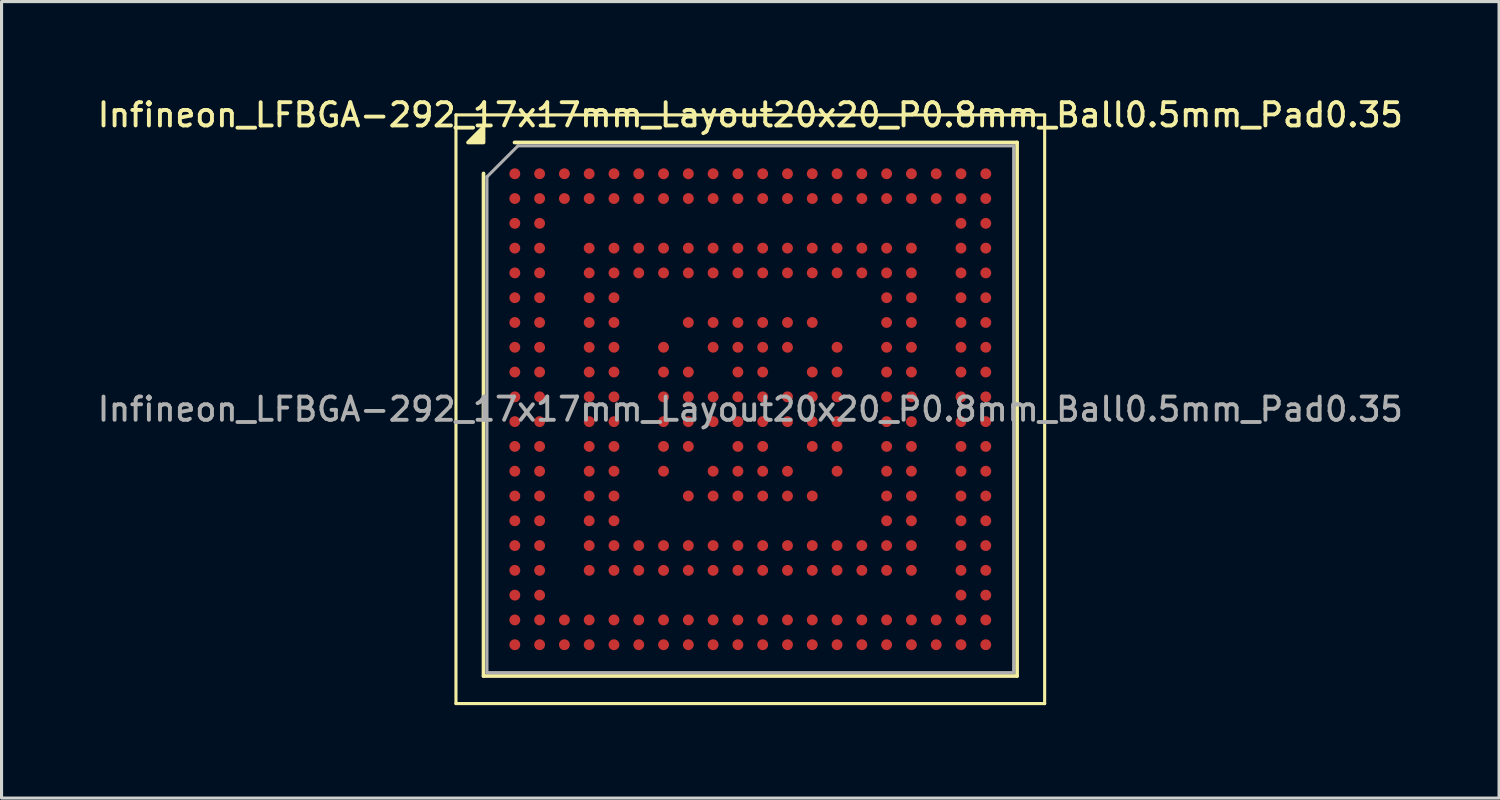
<source format=kicad_pcb>
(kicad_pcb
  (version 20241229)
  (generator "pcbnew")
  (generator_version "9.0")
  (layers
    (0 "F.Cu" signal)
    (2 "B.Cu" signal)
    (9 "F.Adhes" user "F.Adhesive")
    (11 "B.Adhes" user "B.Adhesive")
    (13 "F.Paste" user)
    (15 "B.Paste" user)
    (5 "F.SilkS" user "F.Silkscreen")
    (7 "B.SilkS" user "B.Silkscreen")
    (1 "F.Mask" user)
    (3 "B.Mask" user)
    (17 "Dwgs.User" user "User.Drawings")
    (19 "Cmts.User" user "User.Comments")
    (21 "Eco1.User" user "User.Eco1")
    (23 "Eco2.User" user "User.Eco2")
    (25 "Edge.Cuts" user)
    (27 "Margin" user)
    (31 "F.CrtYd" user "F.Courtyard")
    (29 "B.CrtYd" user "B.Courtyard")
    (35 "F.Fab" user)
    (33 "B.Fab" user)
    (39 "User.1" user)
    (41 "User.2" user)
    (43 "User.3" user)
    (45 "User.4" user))
  (footprint "Infineon_LFBGA-292_17x17mm_Layout20x20_P0.8mm_Ball0.5mm_Pad0.35"
    (layer "F.Cu")
    (at 21.166 10.158)
    (property "Reference" "Infineon_LFBGA-292_17x17mm_Layout20x20_P0.8mm_Ball0.5mm_Pad0.35" (at 0 -9.5 0) (layer "F.SilkS") (effects (font (size 0.75 0.75) (thickness 0.125))))
    (attr smd)
    (fp_line (start -9.5 -9.5) (end -9.5 9.5) (stroke (width 0.1) (type solid)) (layer "F.SilkS"))
    (fp_line (start -9.5 9.5) (end 9.5 9.5) (stroke (width 0.1) (type solid)) (layer "F.SilkS"))
    (fp_line (start -8.61 8.61) (end -8.61 -7.61) (stroke (width 0.12) (type solid)) (layer "F.SilkS"))
    (fp_line (start -7.61 -8.61) (end 8.61 -8.61) (stroke (width 0.12) (type solid)) (layer "F.SilkS"))
    (fp_line (start 8.61 -8.61) (end 8.61 8.61) (stroke (width 0.12) (type solid)) (layer "F.SilkS"))
    (fp_line (start 8.61 8.61) (end -8.61 8.61) (stroke (width 0.12) (type solid)) (layer "F.SilkS"))
    (fp_line (start 9.5 -9.5) (end -9.5 -9.5) (stroke (width 0.1) (type solid)) (layer "F.SilkS"))
    (fp_line (start 9.5 9.5) (end 9.5 -9.5) (stroke (width 0.1) (type solid)) (layer "F.SilkS"))
    (fp_poly (pts (xy -8.61 -8.61) (xy -9.11 -8.61) (xy -8.61 -9.11) (xy -8.61 -8.61)) (stroke (width 0.12) (type solid)) (fill yes) (layer "F.SilkS"))
    (fp_line (start -8.5 -7.5) (end -7.5 -8.5) (stroke (width 0.1) (type solid)) (layer "F.Fab"))
    (fp_line (start -8.5 8.5) (end -8.5 -7.5) (stroke (width 0.1) (type solid)) (layer "F.Fab"))
    (fp_line (start -7.5 -8.5) (end 8.5 -8.5) (stroke (width 0.1) (type solid)) (layer "F.Fab"))
    (fp_line (start 8.5 -8.5) (end 8.5 8.5) (stroke (width 0.1) (type solid)) (layer "F.Fab"))
    (fp_line (start 8.5 8.5) (end -8.5 8.5) (stroke (width 0.1) (type solid)) (layer "F.Fab"))
    (fp_text user "${REFERENCE}" (at 0 0 0) (layer "F.Fab") (effects (font (size 0.75 0.75) (thickness 0.125))))
    (pad "A1" smd circle (at -7.6 -7.6) (size 0.35 0.35) (property pad_prop_bga) (layers "F.Cu" "F.Mask" "F.Paste"))
    (pad "A2" smd circle (at -6.8 -7.6) (size 0.35 0.35) (property pad_prop_bga) (layers "F.Cu" "F.Mask" "F.Paste"))
    (pad "A3" smd circle (at -6 -7.6) (size 0.35 0.35) (property pad_prop_bga) (layers "F.Cu" "F.Mask" "F.Paste"))
    (pad "A4" smd circle (at -5.2 -7.6) (size 0.35 0.35) (property pad_prop_bga) (layers "F.Cu" "F.Mask" "F.Paste"))
    (pad "A5" smd circle (at -4.4 -7.6) (size 0.35 0.35) (property pad_prop_bga) (layers "F.Cu" "F.Mask" "F.Paste"))
    (pad "A6" smd circle (at -3.6 -7.6) (size 0.35 0.35) (property pad_prop_bga) (layers "F.Cu" "F.Mask" "F.Paste"))
    (pad "A7" smd circle (at -2.8 -7.6) (size 0.35 0.35) (property pad_prop_bga) (layers "F.Cu" "F.Mask" "F.Paste"))
    (pad "A8" smd circle (at -2 -7.6) (size 0.35 0.35) (property pad_prop_bga) (layers "F.Cu" "F.Mask" "F.Paste"))
    (pad "A9" smd circle (at -1.2 -7.6) (size 0.35 0.35) (property pad_prop_bga) (layers "F.Cu" "F.Mask" "F.Paste"))
    (pad "A10" smd circle (at -0.4 -7.6) (size 0.35 0.35) (property pad_prop_bga) (layers "F.Cu" "F.Mask" "F.Paste"))
    (pad "A11" smd circle (at 0.4 -7.6) (size 0.35 0.35) (property pad_prop_bga) (layers "F.Cu" "F.Mask" "F.Paste"))
    (pad "A12" smd circle (at 1.2 -7.6) (size 0.35 0.35) (property pad_prop_bga) (layers "F.Cu" "F.Mask" "F.Paste"))
    (pad "A13" smd circle (at 2 -7.6) (size 0.35 0.35) (property pad_prop_bga) (layers "F.Cu" "F.Mask" "F.Paste"))
    (pad "A14" smd circle (at 2.8 -7.6) (size 0.35 0.35) (property pad_prop_bga) (layers "F.Cu" "F.Mask" "F.Paste"))
    (pad "A15" smd circle (at 3.6 -7.6) (size 0.35 0.35) (property pad_prop_bga) (layers "F.Cu" "F.Mask" "F.Paste"))
    (pad "A16" smd circle (at 4.4 -7.6) (size 0.35 0.35) (property pad_prop_bga) (layers "F.Cu" "F.Mask" "F.Paste"))
    (pad "A17" smd circle (at 5.2 -7.6) (size 0.35 0.35) (property pad_prop_bga) (layers "F.Cu" "F.Mask" "F.Paste"))
    (pad "A18" smd circle (at 6 -7.6) (size 0.35 0.35) (property pad_prop_bga) (layers "F.Cu" "F.Mask" "F.Paste"))
    (pad "A19" smd circle (at 6.8 -7.6) (size 0.35 0.35) (property pad_prop_bga) (layers "F.Cu" "F.Mask" "F.Paste"))
    (pad "A20" smd circle (at 7.6 -7.6) (size 0.35 0.35) (property pad_prop_bga) (layers "F.Cu" "F.Mask" "F.Paste"))
    (pad "B1" smd circle (at -7.6 -6.8) (size 0.35 0.35) (property pad_prop_bga) (layers "F.Cu" "F.Mask" "F.Paste"))
    (pad "B2" smd circle (at -6.8 -6.8) (size 0.35 0.35) (property pad_prop_bga) (layers "F.Cu" "F.Mask" "F.Paste"))
    (pad "B3" smd circle (at -6 -6.8) (size 0.35 0.35) (property pad_prop_bga) (layers "F.Cu" "F.Mask" "F.Paste"))
    (pad "B4" smd circle (at -5.2 -6.8) (size 0.35 0.35) (property pad_prop_bga) (layers "F.Cu" "F.Mask" "F.Paste"))
    (pad "B5" smd circle (at -4.4 -6.8) (size 0.35 0.35) (property pad_prop_bga) (layers "F.Cu" "F.Mask" "F.Paste"))
    (pad "B6" smd circle (at -3.6 -6.8) (size 0.35 0.35) (property pad_prop_bga) (layers "F.Cu" "F.Mask" "F.Paste"))
    (pad "B7" smd circle (at -2.8 -6.8) (size 0.35 0.35) (property pad_prop_bga) (layers "F.Cu" "F.Mask" "F.Paste"))
    (pad "B8" smd circle (at -2 -6.8) (size 0.35 0.35) (property pad_prop_bga) (layers "F.Cu" "F.Mask" "F.Paste"))
    (pad "B9" smd circle (at -1.2 -6.8) (size 0.35 0.35) (property pad_prop_bga) (layers "F.Cu" "F.Mask" "F.Paste"))
    (pad "B10" smd circle (at -0.4 -6.8) (size 0.35 0.35) (property pad_prop_bga) (layers "F.Cu" "F.Mask" "F.Paste"))
    (pad "B11" smd circle (at 0.4 -6.8) (size 0.35 0.35) (property pad_prop_bga) (layers "F.Cu" "F.Mask" "F.Paste"))
    (pad "B12" smd circle (at 1.2 -6.8) (size 0.35 0.35) (property pad_prop_bga) (layers "F.Cu" "F.Mask" "F.Paste"))
    (pad "B13" smd circle (at 2 -6.8) (size 0.35 0.35) (property pad_prop_bga) (layers "F.Cu" "F.Mask" "F.Paste"))
    (pad "B14" smd circle (at 2.8 -6.8) (size 0.35 0.35) (property pad_prop_bga) (layers "F.Cu" "F.Mask" "F.Paste"))
    (pad "B15" smd circle (at 3.6 -6.8) (size 0.35 0.35) (property pad_prop_bga) (layers "F.Cu" "F.Mask" "F.Paste"))
    (pad "B16" smd circle (at 4.4 -6.8) (size 0.35 0.35) (property pad_prop_bga) (layers "F.Cu" "F.Mask" "F.Paste"))
    (pad "B17" smd circle (at 5.2 -6.8) (size 0.35 0.35) (property pad_prop_bga) (layers "F.Cu" "F.Mask" "F.Paste"))
    (pad "B18" smd circle (at 6 -6.8) (size 0.35 0.35) (property pad_prop_bga) (layers "F.Cu" "F.Mask" "F.Paste"))
    (pad "B19" smd circle (at 6.8 -6.8) (size 0.35 0.35) (property pad_prop_bga) (layers "F.Cu" "F.Mask" "F.Paste"))
    (pad "B20" smd circle (at 7.6 -6.8) (size 0.35 0.35) (property pad_prop_bga) (layers "F.Cu" "F.Mask" "F.Paste"))
    (pad "C1" smd circle (at -7.6 -6) (size 0.35 0.35) (property pad_prop_bga) (layers "F.Cu" "F.Mask" "F.Paste"))
    (pad "C2" smd circle (at -6.8 -6) (size 0.35 0.35) (property pad_prop_bga) (layers "F.Cu" "F.Mask" "F.Paste"))
    (pad "C19" smd circle (at 6.8 -6) (size 0.35 0.35) (property pad_prop_bga) (layers "F.Cu" "F.Mask" "F.Paste"))
    (pad "C20" smd circle (at 7.6 -6) (size 0.35 0.35) (property pad_prop_bga) (layers "F.Cu" "F.Mask" "F.Paste"))
    (pad "D1" smd circle (at -7.6 -5.2) (size 0.35 0.35) (property pad_prop_bga) (layers "F.Cu" "F.Mask" "F.Paste"))
    (pad "D2" smd circle (at -6.8 -5.2) (size 0.35 0.35) (property pad_prop_bga) (layers "F.Cu" "F.Mask" "F.Paste"))
    (pad "D4" smd circle (at -5.2 -5.2) (size 0.35 0.35) (property pad_prop_bga) (layers "F.Cu" "F.Mask" "F.Paste"))
    (pad "D5" smd circle (at -4.4 -5.2) (size 0.35 0.35) (property pad_prop_bga) (layers "F.Cu" "F.Mask" "F.Paste"))
    (pad "D6" smd circle (at -3.6 -5.2) (size 0.35 0.35) (property pad_prop_bga) (layers "F.Cu" "F.Mask" "F.Paste"))
    (pad "D7" smd circle (at -2.8 -5.2) (size 0.35 0.35) (property pad_prop_bga) (layers "F.Cu" "F.Mask" "F.Paste"))
    (pad "D8" smd circle (at -2 -5.2) (size 0.35 0.35) (property pad_prop_bga) (layers "F.Cu" "F.Mask" "F.Paste"))
    (pad "D9" smd circle (at -1.2 -5.2) (size 0.35 0.35) (property pad_prop_bga) (layers "F.Cu" "F.Mask" "F.Paste"))
    (pad "D10" smd circle (at -0.4 -5.2) (size 0.35 0.35) (property pad_prop_bga) (layers "F.Cu" "F.Mask" "F.Paste"))
    (pad "D11" smd circle (at 0.4 -5.2) (size 0.35 0.35) (property pad_prop_bga) (layers "F.Cu" "F.Mask" "F.Paste"))
    (pad "D12" smd circle (at 1.2 -5.2) (size 0.35 0.35) (property pad_prop_bga) (layers "F.Cu" "F.Mask" "F.Paste"))
    (pad "D13" smd circle (at 2 -5.2) (size 0.35 0.35) (property pad_prop_bga) (layers "F.Cu" "F.Mask" "F.Paste"))
    (pad "D14" smd circle (at 2.8 -5.2) (size 0.35 0.35) (property pad_prop_bga) (layers "F.Cu" "F.Mask" "F.Paste"))
    (pad "D15" smd circle (at 3.6 -5.2) (size 0.35 0.35) (property pad_prop_bga) (layers "F.Cu" "F.Mask" "F.Paste"))
    (pad "D16" smd circle (at 4.4 -5.2) (size 0.35 0.35) (property pad_prop_bga) (layers "F.Cu" "F.Mask" "F.Paste"))
    (pad "D17" smd circle (at 5.2 -5.2) (size 0.35 0.35) (property pad_prop_bga) (layers "F.Cu" "F.Mask" "F.Paste"))
    (pad "D19" smd circle (at 6.8 -5.2) (size 0.35 0.35) (property pad_prop_bga) (layers "F.Cu" "F.Mask" "F.Paste"))
    (pad "D20" smd circle (at 7.6 -5.2) (size 0.35 0.35) (property pad_prop_bga) (layers "F.Cu" "F.Mask" "F.Paste"))
    (pad "E1" smd circle (at -7.6 -4.4) (size 0.35 0.35) (property pad_prop_bga) (layers "F.Cu" "F.Mask" "F.Paste"))
    (pad "E2" smd circle (at -6.8 -4.4) (size 0.35 0.35) (property pad_prop_bga) (layers "F.Cu" "F.Mask" "F.Paste"))
    (pad "E4" smd circle (at -5.2 -4.4) (size 0.35 0.35) (property pad_prop_bga) (layers "F.Cu" "F.Mask" "F.Paste"))
    (pad "E5" smd circle (at -4.4 -4.4) (size 0.35 0.35) (property pad_prop_bga) (layers "F.Cu" "F.Mask" "F.Paste"))
    (pad "E6" smd circle (at -3.6 -4.4) (size 0.35 0.35) (property pad_prop_bga) (layers "F.Cu" "F.Mask" "F.Paste"))
    (pad "E7" smd circle (at -2.8 -4.4) (size 0.35 0.35) (property pad_prop_bga) (layers "F.Cu" "F.Mask" "F.Paste"))
    (pad "E8" smd circle (at -2 -4.4) (size 0.35 0.35) (property pad_prop_bga) (layers "F.Cu" "F.Mask" "F.Paste"))
    (pad "E9" smd circle (at -1.2 -4.4) (size 0.35 0.35) (property pad_prop_bga) (layers "F.Cu" "F.Mask" "F.Paste"))
    (pad "E10" smd circle (at -0.4 -4.4) (size 0.35 0.35) (property pad_prop_bga) (layers "F.Cu" "F.Mask" "F.Paste"))
    (pad "E11" smd circle (at 0.4 -4.4) (size 0.35 0.35) (property pad_prop_bga) (layers "F.Cu" "F.Mask" "F.Paste"))
    (pad "E12" smd circle (at 1.2 -4.4) (size 0.35 0.35) (property pad_prop_bga) (layers "F.Cu" "F.Mask" "F.Paste"))
    (pad "E13" smd circle (at 2 -4.4) (size 0.35 0.35) (property pad_prop_bga) (layers "F.Cu" "F.Mask" "F.Paste"))
    (pad "E14" smd circle (at 2.8 -4.4) (size 0.35 0.35) (property pad_prop_bga) (layers "F.Cu" "F.Mask" "F.Paste"))
    (pad "E15" smd circle (at 3.6 -4.4) (size 0.35 0.35) (property pad_prop_bga) (layers "F.Cu" "F.Mask" "F.Paste"))
    (pad "E16" smd circle (at 4.4 -4.4) (size 0.35 0.35) (property pad_prop_bga) (layers "F.Cu" "F.Mask" "F.Paste"))
    (pad "E17" smd circle (at 5.2 -4.4) (size 0.35 0.35) (property pad_prop_bga) (layers "F.Cu" "F.Mask" "F.Paste"))
    (pad "E19" smd circle (at 6.8 -4.4) (size 0.35 0.35) (property pad_prop_bga) (layers "F.Cu" "F.Mask" "F.Paste"))
    (pad "E20" smd circle (at 7.6 -4.4) (size 0.35 0.35) (property pad_prop_bga) (layers "F.Cu" "F.Mask" "F.Paste"))
    (pad "F1" smd circle (at -7.6 -3.6) (size 0.35 0.35) (property pad_prop_bga) (layers "F.Cu" "F.Mask" "F.Paste"))
    (pad "F2" smd circle (at -6.8 -3.6) (size 0.35 0.35) (property pad_prop_bga) (layers "F.Cu" "F.Mask" "F.Paste"))
    (pad "F4" smd circle (at -5.2 -3.6) (size 0.35 0.35) (property pad_prop_bga) (layers "F.Cu" "F.Mask" "F.Paste"))
    (pad "F5" smd circle (at -4.4 -3.6) (size 0.35 0.35) (property pad_prop_bga) (layers "F.Cu" "F.Mask" "F.Paste"))
    (pad "F16" smd circle (at 4.4 -3.6) (size 0.35 0.35) (property pad_prop_bga) (layers "F.Cu" "F.Mask" "F.Paste"))
    (pad "F17" smd circle (at 5.2 -3.6) (size 0.35 0.35) (property pad_prop_bga) (layers "F.Cu" "F.Mask" "F.Paste"))
    (pad "F19" smd circle (at 6.8 -3.6) (size 0.35 0.35) (property pad_prop_bga) (layers "F.Cu" "F.Mask" "F.Paste"))
    (pad "F20" smd circle (at 7.6 -3.6) (size 0.35 0.35) (property pad_prop_bga) (layers "F.Cu" "F.Mask" "F.Paste"))
    (pad "G1" smd circle (at -7.6 -2.8) (size 0.35 0.35) (property pad_prop_bga) (layers "F.Cu" "F.Mask" "F.Paste"))
    (pad "G2" smd circle (at -6.8 -2.8) (size 0.35 0.35) (property pad_prop_bga) (layers "F.Cu" "F.Mask" "F.Paste"))
    (pad "G4" smd circle (at -5.2 -2.8) (size 0.35 0.35) (property pad_prop_bga) (layers "F.Cu" "F.Mask" "F.Paste"))
    (pad "G5" smd circle (at -4.4 -2.8) (size 0.35 0.35) (property pad_prop_bga) (layers "F.Cu" "F.Mask" "F.Paste"))
    (pad "G8" smd circle (at -2 -2.8) (size 0.35 0.35) (property pad_prop_bga) (layers "F.Cu" "F.Mask" "F.Paste"))
    (pad "G9" smd circle (at -1.2 -2.8) (size 0.35 0.35) (property pad_prop_bga) (layers "F.Cu" "F.Mask" "F.Paste"))
    (pad "G10" smd circle (at -0.4 -2.8) (size 0.35 0.35) (property pad_prop_bga) (layers "F.Cu" "F.Mask" "F.Paste"))
    (pad "G11" smd circle (at 0.4 -2.8) (size 0.35 0.35) (property pad_prop_bga) (layers "F.Cu" "F.Mask" "F.Paste"))
    (pad "G12" smd circle (at 1.2 -2.8) (size 0.35 0.35) (property pad_prop_bga) (layers "F.Cu" "F.Mask" "F.Paste"))
    (pad "G13" smd circle (at 2 -2.8) (size 0.35 0.35) (property pad_prop_bga) (layers "F.Cu" "F.Mask" "F.Paste"))
    (pad "G16" smd circle (at 4.4 -2.8) (size 0.35 0.35) (property pad_prop_bga) (layers "F.Cu" "F.Mask" "F.Paste"))
    (pad "G17" smd circle (at 5.2 -2.8) (size 0.35 0.35) (property pad_prop_bga) (layers "F.Cu" "F.Mask" "F.Paste"))
    (pad "G19" smd circle (at 6.8 -2.8) (size 0.35 0.35) (property pad_prop_bga) (layers "F.Cu" "F.Mask" "F.Paste"))
    (pad "G20" smd circle (at 7.6 -2.8) (size 0.35 0.35) (property pad_prop_bga) (layers "F.Cu" "F.Mask" "F.Paste"))
    (pad "H1" smd circle (at -7.6 -2) (size 0.35 0.35) (property pad_prop_bga) (layers "F.Cu" "F.Mask" "F.Paste"))
    (pad "H2" smd circle (at -6.8 -2) (size 0.35 0.35) (property pad_prop_bga) (layers "F.Cu" "F.Mask" "F.Paste"))
    (pad "H4" smd circle (at -5.2 -2) (size 0.35 0.35) (property pad_prop_bga) (layers "F.Cu" "F.Mask" "F.Paste"))
    (pad "H5" smd circle (at -4.4 -2) (size 0.35 0.35) (property pad_prop_bga) (layers "F.Cu" "F.Mask" "F.Paste"))
    (pad "H7" smd circle (at -2.8 -2) (size 0.35 0.35) (property pad_prop_bga) (layers "F.Cu" "F.Mask" "F.Paste"))
    (pad "H9" smd circle (at -1.2 -2) (size 0.35 0.35) (property pad_prop_bga) (layers "F.Cu" "F.Mask" "F.Paste"))
    (pad "H10" smd circle (at -0.4 -2) (size 0.35 0.35) (property pad_prop_bga) (layers "F.Cu" "F.Mask" "F.Paste"))
    (pad "H11" smd circle (at 0.4 -2) (size 0.35 0.35) (property pad_prop_bga) (layers "F.Cu" "F.Mask" "F.Paste"))
    (pad "H12" smd circle (at 1.2 -2) (size 0.35 0.35) (property pad_prop_bga) (layers "F.Cu" "F.Mask" "F.Paste"))
    (pad "H14" smd circle (at 2.8 -2) (size 0.35 0.35) (property pad_prop_bga) (layers "F.Cu" "F.Mask" "F.Paste"))
    (pad "H16" smd circle (at 4.4 -2) (size 0.35 0.35) (property pad_prop_bga) (layers "F.Cu" "F.Mask" "F.Paste"))
    (pad "H17" smd circle (at 5.2 -2) (size 0.35 0.35) (property pad_prop_bga) (layers "F.Cu" "F.Mask" "F.Paste"))
    (pad "H19" smd circle (at 6.8 -2) (size 0.35 0.35) (property pad_prop_bga) (layers "F.Cu" "F.Mask" "F.Paste"))
    (pad "H20" smd circle (at 7.6 -2) (size 0.35 0.35) (property pad_prop_bga) (layers "F.Cu" "F.Mask" "F.Paste"))
    (pad "J1" smd circle (at -7.6 -1.2) (size 0.35 0.35) (property pad_prop_bga) (layers "F.Cu" "F.Mask" "F.Paste"))
    (pad "J2" smd circle (at -6.8 -1.2) (size 0.35 0.35) (property pad_prop_bga) (layers "F.Cu" "F.Mask" "F.Paste"))
    (pad "J4" smd circle (at -5.2 -1.2) (size 0.35 0.35) (property pad_prop_bga) (layers "F.Cu" "F.Mask" "F.Paste"))
    (pad "J5" smd circle (at -4.4 -1.2) (size 0.35 0.35) (property pad_prop_bga) (layers "F.Cu" "F.Mask" "F.Paste"))
    (pad "J7" smd circle (at -2.8 -1.2) (size 0.35 0.35) (property pad_prop_bga) (layers "F.Cu" "F.Mask" "F.Paste"))
    (pad "J8" smd circle (at -2 -1.2) (size 0.35 0.35) (property pad_prop_bga) (layers "F.Cu" "F.Mask" "F.Paste"))
    (pad "J10" smd circle (at -0.4 -1.2) (size 0.35 0.35) (property pad_prop_bga) (layers "F.Cu" "F.Mask" "F.Paste"))
    (pad "J11" smd circle (at 0.4 -1.2) (size 0.35 0.35) (property pad_prop_bga) (layers "F.Cu" "F.Mask" "F.Paste"))
    (pad "J13" smd circle (at 2 -1.2) (size 0.35 0.35) (property pad_prop_bga) (layers "F.Cu" "F.Mask" "F.Paste"))
    (pad "J14" smd circle (at 2.8 -1.2) (size 0.35 0.35) (property pad_prop_bga) (layers "F.Cu" "F.Mask" "F.Paste"))
    (pad "J16" smd circle (at 4.4 -1.2) (size 0.35 0.35) (property pad_prop_bga) (layers "F.Cu" "F.Mask" "F.Paste"))
    (pad "J17" smd circle (at 5.2 -1.2) (size 0.35 0.35) (property pad_prop_bga) (layers "F.Cu" "F.Mask" "F.Paste"))
    (pad "J19" smd circle (at 6.8 -1.2) (size 0.35 0.35) (property pad_prop_bga) (layers "F.Cu" "F.Mask" "F.Paste"))
    (pad "J20" smd circle (at 7.6 -1.2) (size 0.35 0.35) (property pad_prop_bga) (layers "F.Cu" "F.Mask" "F.Paste"))
    (pad "K1" smd circle (at -7.6 -0.4) (size 0.35 0.35) (property pad_prop_bga) (layers "F.Cu" "F.Mask" "F.Paste"))
    (pad "K2" smd circle (at -6.8 -0.4) (size 0.35 0.35) (property pad_prop_bga) (layers "F.Cu" "F.Mask" "F.Paste"))
    (pad "K4" smd circle (at -5.2 -0.4) (size 0.35 0.35) (property pad_prop_bga) (layers "F.Cu" "F.Mask" "F.Paste"))
    (pad "K5" smd circle (at -4.4 -0.4) (size 0.35 0.35) (property pad_prop_bga) (layers "F.Cu" "F.Mask" "F.Paste"))
    (pad "K7" smd circle (at -2.8 -0.4) (size 0.35 0.35) (property pad_prop_bga) (layers "F.Cu" "F.Mask" "F.Paste"))
    (pad "K8" smd circle (at -2 -0.4) (size 0.35 0.35) (property pad_prop_bga) (layers "F.Cu" "F.Mask" "F.Paste"))
    (pad "K9" smd circle (at -1.2 -0.4) (size 0.35 0.35) (property pad_prop_bga) (layers "F.Cu" "F.Mask" "F.Paste"))
    (pad "K10" smd circle (at -0.4 -0.4) (size 0.35 0.35) (property pad_prop_bga) (layers "F.Cu" "F.Mask" "F.Paste"))
    (pad "K11" smd circle (at 0.4 -0.4) (size 0.35 0.35) (property pad_prop_bga) (layers "F.Cu" "F.Mask" "F.Paste"))
    (pad "K12" smd circle (at 1.2 -0.4) (size 0.35 0.35) (property pad_prop_bga) (layers "F.Cu" "F.Mask" "F.Paste"))
    (pad "K13" smd circle (at 2 -0.4) (size 0.35 0.35) (property pad_prop_bga) (layers "F.Cu" "F.Mask" "F.Paste"))
    (pad "K14" smd circle (at 2.8 -0.4) (size 0.35 0.35) (property pad_prop_bga) (layers "F.Cu" "F.Mask" "F.Paste"))
    (pad "K16" smd circle (at 4.4 -0.4) (size 0.35 0.35) (property pad_prop_bga) (layers "F.Cu" "F.Mask" "F.Paste"))
    (pad "K17" smd circle (at 5.2 -0.4) (size 0.35 0.35) (property pad_prop_bga) (layers "F.Cu" "F.Mask" "F.Paste"))
    (pad "K19" smd circle (at 6.8 -0.4) (size 0.35 0.35) (property pad_prop_bga) (layers "F.Cu" "F.Mask" "F.Paste"))
    (pad "K20" smd circle (at 7.6 -0.4) (size 0.35 0.35) (property pad_prop_bga) (layers "F.Cu" "F.Mask" "F.Paste"))
    (pad "L1" smd circle (at -7.6 0.4) (size 0.35 0.35) (property pad_prop_bga) (layers "F.Cu" "F.Mask" "F.Paste"))
    (pad "L2" smd circle (at -6.8 0.4) (size 0.35 0.35) (property pad_prop_bga) (layers "F.Cu" "F.Mask" "F.Paste"))
    (pad "L4" smd circle (at -5.2 0.4) (size 0.35 0.35) (property pad_prop_bga) (layers "F.Cu" "F.Mask" "F.Paste"))
    (pad "L5" smd circle (at -4.4 0.4) (size 0.35 0.35) (property pad_prop_bga) (layers "F.Cu" "F.Mask" "F.Paste"))
    (pad "L7" smd circle (at -2.8 0.4) (size 0.35 0.35) (property pad_prop_bga) (layers "F.Cu" "F.Mask" "F.Paste"))
    (pad "L8" smd circle (at -2 0.4) (size 0.35 0.35) (property pad_prop_bga) (layers "F.Cu" "F.Mask" "F.Paste"))
    (pad "L9" smd circle (at -1.2 0.4) (size 0.35 0.35) (property pad_prop_bga) (layers "F.Cu" "F.Mask" "F.Paste"))
    (pad "L10" smd circle (at -0.4 0.4) (size 0.35 0.35) (property pad_prop_bga) (layers "F.Cu" "F.Mask" "F.Paste"))
    (pad "L11" smd circle (at 0.4 0.4) (size 0.35 0.35) (property pad_prop_bga) (layers "F.Cu" "F.Mask" "F.Paste"))
    (pad "L12" smd circle (at 1.2 0.4) (size 0.35 0.35) (property pad_prop_bga) (layers "F.Cu" "F.Mask" "F.Paste"))
    (pad "L13" smd circle (at 2 0.4) (size 0.35 0.35) (property pad_prop_bga) (layers "F.Cu" "F.Mask" "F.Paste"))
    (pad "L14" smd circle (at 2.8 0.4) (size 0.35 0.35) (property pad_prop_bga) (layers "F.Cu" "F.Mask" "F.Paste"))
    (pad "L16" smd circle (at 4.4 0.4) (size 0.35 0.35) (property pad_prop_bga) (layers "F.Cu" "F.Mask" "F.Paste"))
    (pad "L17" smd circle (at 5.2 0.4) (size 0.35 0.35) (property pad_prop_bga) (layers "F.Cu" "F.Mask" "F.Paste"))
    (pad "L19" smd circle (at 6.8 0.4) (size 0.35 0.35) (property pad_prop_bga) (layers "F.Cu" "F.Mask" "F.Paste"))
    (pad "L20" smd circle (at 7.6 0.4) (size 0.35 0.35) (property pad_prop_bga) (layers "F.Cu" "F.Mask" "F.Paste"))
    (pad "M1" smd circle (at -7.6 1.2) (size 0.35 0.35) (property pad_prop_bga) (layers "F.Cu" "F.Mask" "F.Paste"))
    (pad "M2" smd circle (at -6.8 1.2) (size 0.35 0.35) (property pad_prop_bga) (layers "F.Cu" "F.Mask" "F.Paste"))
    (pad "M4" smd circle (at -5.2 1.2) (size 0.35 0.35) (property pad_prop_bga) (layers "F.Cu" "F.Mask" "F.Paste"))
    (pad "M5" smd circle (at -4.4 1.2) (size 0.35 0.35) (property pad_prop_bga) (layers "F.Cu" "F.Mask" "F.Paste"))
    (pad "M7" smd circle (at -2.8 1.2) (size 0.35 0.35) (property pad_prop_bga) (layers "F.Cu" "F.Mask" "F.Paste"))
    (pad "M8" smd circle (at -2 1.2) (size 0.35 0.35) (property pad_prop_bga) (layers "F.Cu" "F.Mask" "F.Paste"))
    (pad "M10" smd circle (at -0.4 1.2) (size 0.35 0.35) (property pad_prop_bga) (layers "F.Cu" "F.Mask" "F.Paste"))
    (pad "M11" smd circle (at 0.4 1.2) (size 0.35 0.35) (property pad_prop_bga) (layers "F.Cu" "F.Mask" "F.Paste"))
    (pad "M13" smd circle (at 2 1.2) (size 0.35 0.35) (property pad_prop_bga) (layers "F.Cu" "F.Mask" "F.Paste"))
    (pad "M14" smd circle (at 2.8 1.2) (size 0.35 0.35) (property pad_prop_bga) (layers "F.Cu" "F.Mask" "F.Paste"))
    (pad "M16" smd circle (at 4.4 1.2) (size 0.35 0.35) (property pad_prop_bga) (layers "F.Cu" "F.Mask" "F.Paste"))
    (pad "M17" smd circle (at 5.2 1.2) (size 0.35 0.35) (property pad_prop_bga) (layers "F.Cu" "F.Mask" "F.Paste"))
    (pad "M19" smd circle (at 6.8 1.2) (size 0.35 0.35) (property pad_prop_bga) (layers "F.Cu" "F.Mask" "F.Paste"))
    (pad "M20" smd circle (at 7.6 1.2) (size 0.35 0.35) (property pad_prop_bga) (layers "F.Cu" "F.Mask" "F.Paste"))
    (pad "N1" smd circle (at -7.6 2) (size 0.35 0.35) (property pad_prop_bga) (layers "F.Cu" "F.Mask" "F.Paste"))
    (pad "N2" smd circle (at -6.8 2) (size 0.35 0.35) (property pad_prop_bga) (layers "F.Cu" "F.Mask" "F.Paste"))
    (pad "N4" smd circle (at -5.2 2) (size 0.35 0.35) (property pad_prop_bga) (layers "F.Cu" "F.Mask" "F.Paste"))
    (pad "N5" smd circle (at -4.4 2) (size 0.35 0.35) (property pad_prop_bga) (layers "F.Cu" "F.Mask" "F.Paste"))
    (pad "N7" smd circle (at -2.8 2) (size 0.35 0.35) (property pad_prop_bga) (layers "F.Cu" "F.Mask" "F.Paste"))
    (pad "N9" smd circle (at -1.2 2) (size 0.35 0.35) (property pad_prop_bga) (layers "F.Cu" "F.Mask" "F.Paste"))
    (pad "N10" smd circle (at -0.4 2) (size 0.35 0.35) (property pad_prop_bga) (layers "F.Cu" "F.Mask" "F.Paste"))
    (pad "N11" smd circle (at 0.4 2) (size 0.35 0.35) (property pad_prop_bga) (layers "F.Cu" "F.Mask" "F.Paste"))
    (pad "N12" smd circle (at 1.2 2) (size 0.35 0.35) (property pad_prop_bga) (layers "F.Cu" "F.Mask" "F.Paste"))
    (pad "N14" smd circle (at 2.8 2) (size 0.35 0.35) (property pad_prop_bga) (layers "F.Cu" "F.Mask" "F.Paste"))
    (pad "N16" smd circle (at 4.4 2) (size 0.35 0.35) (property pad_prop_bga) (layers "F.Cu" "F.Mask" "F.Paste"))
    (pad "N17" smd circle (at 5.2 2) (size 0.35 0.35) (property pad_prop_bga) (layers "F.Cu" "F.Mask" "F.Paste"))
    (pad "N19" smd circle (at 6.8 2) (size 0.35 0.35) (property pad_prop_bga) (layers "F.Cu" "F.Mask" "F.Paste"))
    (pad "N20" smd circle (at 7.6 2) (size 0.35 0.35) (property pad_prop_bga) (layers "F.Cu" "F.Mask" "F.Paste"))
    (pad "P1" smd circle (at -7.6 2.8) (size 0.35 0.35) (property pad_prop_bga) (layers "F.Cu" "F.Mask" "F.Paste"))
    (pad "P2" smd circle (at -6.8 2.8) (size 0.35 0.35) (property pad_prop_bga) (layers "F.Cu" "F.Mask" "F.Paste"))
    (pad "P4" smd circle (at -5.2 2.8) (size 0.35 0.35) (property pad_prop_bga) (layers "F.Cu" "F.Mask" "F.Paste"))
    (pad "P5" smd circle (at -4.4 2.8) (size 0.35 0.35) (property pad_prop_bga) (layers "F.Cu" "F.Mask" "F.Paste"))
    (pad "P8" smd circle (at -2 2.8) (size 0.35 0.35) (property pad_prop_bga) (layers "F.Cu" "F.Mask" "F.Paste"))
    (pad "P9" smd circle (at -1.2 2.8) (size 0.35 0.35) (property pad_prop_bga) (layers "F.Cu" "F.Mask" "F.Paste"))
    (pad "P10" smd circle (at -0.4 2.8) (size 0.35 0.35) (property pad_prop_bga) (layers "F.Cu" "F.Mask" "F.Paste"))
    (pad "P11" smd circle (at 0.4 2.8) (size 0.35 0.35) (property pad_prop_bga) (layers "F.Cu" "F.Mask" "F.Paste"))
    (pad "P12" smd circle (at 1.2 2.8) (size 0.35 0.35) (property pad_prop_bga) (layers "F.Cu" "F.Mask" "F.Paste"))
    (pad "P13" smd circle (at 2 2.8) (size 0.35 0.35) (property pad_prop_bga) (layers "F.Cu" "F.Mask" "F.Paste"))
    (pad "P16" smd circle (at 4.4 2.8) (size 0.35 0.35) (property pad_prop_bga) (layers "F.Cu" "F.Mask" "F.Paste"))
    (pad "P17" smd circle (at 5.2 2.8) (size 0.35 0.35) (property pad_prop_bga) (layers "F.Cu" "F.Mask" "F.Paste"))
    (pad "P19" smd circle (at 6.8 2.8) (size 0.35 0.35) (property pad_prop_bga) (layers "F.Cu" "F.Mask" "F.Paste"))
    (pad "P20" smd circle (at 7.6 2.8) (size 0.35 0.35) (property pad_prop_bga) (layers "F.Cu" "F.Mask" "F.Paste"))
    (pad "R1" smd circle (at -7.6 3.6) (size 0.35 0.35) (property pad_prop_bga) (layers "F.Cu" "F.Mask" "F.Paste"))
    (pad "R2" smd circle (at -6.8 3.6) (size 0.35 0.35) (property pad_prop_bga) (layers "F.Cu" "F.Mask" "F.Paste"))
    (pad "R4" smd circle (at -5.2 3.6) (size 0.35 0.35) (property pad_prop_bga) (layers "F.Cu" "F.Mask" "F.Paste"))
    (pad "R5" smd circle (at -4.4 3.6) (size 0.35 0.35) (property pad_prop_bga) (layers "F.Cu" "F.Mask" "F.Paste"))
    (pad "R16" smd circle (at 4.4 3.6) (size 0.35 0.35) (property pad_prop_bga) (layers "F.Cu" "F.Mask" "F.Paste"))
    (pad "R17" smd circle (at 5.2 3.6) (size 0.35 0.35) (property pad_prop_bga) (layers "F.Cu" "F.Mask" "F.Paste"))
    (pad "R19" smd circle (at 6.8 3.6) (size 0.35 0.35) (property pad_prop_bga) (layers "F.Cu" "F.Mask" "F.Paste"))
    (pad "R20" smd circle (at 7.6 3.6) (size 0.35 0.35) (property pad_prop_bga) (layers "F.Cu" "F.Mask" "F.Paste"))
    (pad "T1" smd circle (at -7.6 4.4) (size 0.35 0.35) (property pad_prop_bga) (layers "F.Cu" "F.Mask" "F.Paste"))
    (pad "T2" smd circle (at -6.8 4.4) (size 0.35 0.35) (property pad_prop_bga) (layers "F.Cu" "F.Mask" "F.Paste"))
    (pad "T4" smd circle (at -5.2 4.4) (size 0.35 0.35) (property pad_prop_bga) (layers "F.Cu" "F.Mask" "F.Paste"))
    (pad "T5" smd circle (at -4.4 4.4) (size 0.35 0.35) (property pad_prop_bga) (layers "F.Cu" "F.Mask" "F.Paste"))
    (pad "T6" smd circle (at -3.6 4.4) (size 0.35 0.35) (property pad_prop_bga) (layers "F.Cu" "F.Mask" "F.Paste"))
    (pad "T7" smd circle (at -2.8 4.4) (size 0.35 0.35) (property pad_prop_bga) (layers "F.Cu" "F.Mask" "F.Paste"))
    (pad "T8" smd circle (at -2 4.4) (size 0.35 0.35) (property pad_prop_bga) (layers "F.Cu" "F.Mask" "F.Paste"))
    (pad "T9" smd circle (at -1.2 4.4) (size 0.35 0.35) (property pad_prop_bga) (layers "F.Cu" "F.Mask" "F.Paste"))
    (pad "T10" smd circle (at -0.4 4.4) (size 0.35 0.35) (property pad_prop_bga) (layers "F.Cu" "F.Mask" "F.Paste"))
    (pad "T11" smd circle (at 0.4 4.4) (size 0.35 0.35) (property pad_prop_bga) (layers "F.Cu" "F.Mask" "F.Paste"))
    (pad "T12" smd circle (at 1.2 4.4) (size 0.35 0.35) (property pad_prop_bga) (layers "F.Cu" "F.Mask" "F.Paste"))
    (pad "T13" smd circle (at 2 4.4) (size 0.35 0.35) (property pad_prop_bga) (layers "F.Cu" "F.Mask" "F.Paste"))
    (pad "T14" smd circle (at 2.8 4.4) (size 0.35 0.35) (property pad_prop_bga) (layers "F.Cu" "F.Mask" "F.Paste"))
    (pad "T15" smd circle (at 3.6 4.4) (size 0.35 0.35) (property pad_prop_bga) (layers "F.Cu" "F.Mask" "F.Paste"))
    (pad "T16" smd circle (at 4.4 4.4) (size 0.35 0.35) (property pad_prop_bga) (layers "F.Cu" "F.Mask" "F.Paste"))
    (pad "T17" smd circle (at 5.2 4.4) (size 0.35 0.35) (property pad_prop_bga) (layers "F.Cu" "F.Mask" "F.Paste"))
    (pad "T19" smd circle (at 6.8 4.4) (size 0.35 0.35) (property pad_prop_bga) (layers "F.Cu" "F.Mask" "F.Paste"))
    (pad "T20" smd circle (at 7.6 4.4) (size 0.35 0.35) (property pad_prop_bga) (layers "F.Cu" "F.Mask" "F.Paste"))
    (pad "U1" smd circle (at -7.6 5.2) (size 0.35 0.35) (property pad_prop_bga) (layers "F.Cu" "F.Mask" "F.Paste"))
    (pad "U2" smd circle (at -6.8 5.2) (size 0.35 0.35) (property pad_prop_bga) (layers "F.Cu" "F.Mask" "F.Paste"))
    (pad "U4" smd circle (at -5.2 5.2) (size 0.35 0.35) (property pad_prop_bga) (layers "F.Cu" "F.Mask" "F.Paste"))
    (pad "U5" smd circle (at -4.4 5.2) (size 0.35 0.35) (property pad_prop_bga) (layers "F.Cu" "F.Mask" "F.Paste"))
    (pad "U6" smd circle (at -3.6 5.2) (size 0.35 0.35) (property pad_prop_bga) (layers "F.Cu" "F.Mask" "F.Paste"))
    (pad "U7" smd circle (at -2.8 5.2) (size 0.35 0.35) (property pad_prop_bga) (layers "F.Cu" "F.Mask" "F.Paste"))
    (pad "U8" smd circle (at -2 5.2) (size 0.35 0.35) (property pad_prop_bga) (layers "F.Cu" "F.Mask" "F.Paste"))
    (pad "U9" smd circle (at -1.2 5.2) (size 0.35 0.35) (property pad_prop_bga) (layers "F.Cu" "F.Mask" "F.Paste"))
    (pad "U10" smd circle (at -0.4 5.2) (size 0.35 0.35) (property pad_prop_bga) (layers "F.Cu" "F.Mask" "F.Paste"))
    (pad "U11" smd circle (at 0.4 5.2) (size 0.35 0.35) (property pad_prop_bga) (layers "F.Cu" "F.Mask" "F.Paste"))
    (pad "U12" smd circle (at 1.2 5.2) (size 0.35 0.35) (property pad_prop_bga) (layers "F.Cu" "F.Mask" "F.Paste"))
    (pad "U13" smd circle (at 2 5.2) (size 0.35 0.35) (property pad_prop_bga) (layers "F.Cu" "F.Mask" "F.Paste"))
    (pad "U14" smd circle (at 2.8 5.2) (size 0.35 0.35) (property pad_prop_bga) (layers "F.Cu" "F.Mask" "F.Paste"))
    (pad "U15" smd circle (at 3.6 5.2) (size 0.35 0.35) (property pad_prop_bga) (layers "F.Cu" "F.Mask" "F.Paste"))
    (pad "U16" smd circle (at 4.4 5.2) (size 0.35 0.35) (property pad_prop_bga) (layers "F.Cu" "F.Mask" "F.Paste"))
    (pad "U17" smd circle (at 5.2 5.2) (size 0.35 0.35) (property pad_prop_bga) (layers "F.Cu" "F.Mask" "F.Paste"))
    (pad "U19" smd circle (at 6.8 5.2) (size 0.35 0.35) (property pad_prop_bga) (layers "F.Cu" "F.Mask" "F.Paste"))
    (pad "U20" smd circle (at 7.6 5.2) (size 0.35 0.35) (property pad_prop_bga) (layers "F.Cu" "F.Mask" "F.Paste"))
    (pad "V1" smd circle (at -7.6 6) (size 0.35 0.35) (property pad_prop_bga) (layers "F.Cu" "F.Mask" "F.Paste"))
    (pad "V2" smd circle (at -6.8 6) (size 0.35 0.35) (property pad_prop_bga) (layers "F.Cu" "F.Mask" "F.Paste"))
    (pad "V19" smd circle (at 6.8 6) (size 0.35 0.35) (property pad_prop_bga) (layers "F.Cu" "F.Mask" "F.Paste"))
    (pad "V20" smd circle (at 7.6 6) (size 0.35 0.35) (property pad_prop_bga) (layers "F.Cu" "F.Mask" "F.Paste"))
    (pad "W1" smd circle (at -7.6 6.8) (size 0.35 0.35) (property pad_prop_bga) (layers "F.Cu" "F.Mask" "F.Paste"))
    (pad "W2" smd circle (at -6.8 6.8) (size 0.35 0.35) (property pad_prop_bga) (layers "F.Cu" "F.Mask" "F.Paste"))
    (pad "W3" smd circle (at -6 6.8) (size 0.35 0.35) (property pad_prop_bga) (layers "F.Cu" "F.Mask" "F.Paste"))
    (pad "W4" smd circle (at -5.2 6.8) (size 0.35 0.35) (property pad_prop_bga) (layers "F.Cu" "F.Mask" "F.Paste"))
    (pad "W5" smd circle (at -4.4 6.8) (size 0.35 0.35) (property pad_prop_bga) (layers "F.Cu" "F.Mask" "F.Paste"))
    (pad "W6" smd circle (at -3.6 6.8) (size 0.35 0.35) (property pad_prop_bga) (layers "F.Cu" "F.Mask" "F.Paste"))
    (pad "W7" smd circle (at -2.8 6.8) (size 0.35 0.35) (property pad_prop_bga) (layers "F.Cu" "F.Mask" "F.Paste"))
    (pad "W8" smd circle (at -2 6.8) (size 0.35 0.35) (property pad_prop_bga) (layers "F.Cu" "F.Mask" "F.Paste"))
    (pad "W9" smd circle (at -1.2 6.8) (size 0.35 0.35) (property pad_prop_bga) (layers "F.Cu" "F.Mask" "F.Paste"))
    (pad "W10" smd circle (at -0.4 6.8) (size 0.35 0.35) (property pad_prop_bga) (layers "F.Cu" "F.Mask" "F.Paste"))
    (pad "W11" smd circle (at 0.4 6.8) (size 0.35 0.35) (property pad_prop_bga) (layers "F.Cu" "F.Mask" "F.Paste"))
    (pad "W12" smd circle (at 1.2 6.8) (size 0.35 0.35) (property pad_prop_bga) (layers "F.Cu" "F.Mask" "F.Paste"))
    (pad "W13" smd circle (at 2 6.8) (size 0.35 0.35) (property pad_prop_bga) (layers "F.Cu" "F.Mask" "F.Paste"))
    (pad "W14" smd circle (at 2.8 6.8) (size 0.35 0.35) (property pad_prop_bga) (layers "F.Cu" "F.Mask" "F.Paste"))
    (pad "W15" smd circle (at 3.6 6.8) (size 0.35 0.35) (property pad_prop_bga) (layers "F.Cu" "F.Mask" "F.Paste"))
    (pad "W16" smd circle (at 4.4 6.8) (size 0.35 0.35) (property pad_prop_bga) (layers "F.Cu" "F.Mask" "F.Paste"))
    (pad "W17" smd circle (at 5.2 6.8) (size 0.35 0.35) (property pad_prop_bga) (layers "F.Cu" "F.Mask" "F.Paste"))
    (pad "W18" smd circle (at 6 6.8) (size 0.35 0.35) (property pad_prop_bga) (layers "F.Cu" "F.Mask" "F.Paste"))
    (pad "W19" smd circle (at 6.8 6.8) (size 0.35 0.35) (property pad_prop_bga) (layers "F.Cu" "F.Mask" "F.Paste"))
    (pad "W20" smd circle (at 7.6 6.8) (size 0.35 0.35) (property pad_prop_bga) (layers "F.Cu" "F.Mask" "F.Paste"))
    (pad "Y1" smd circle (at -7.6 7.6) (size 0.35 0.35) (property pad_prop_bga) (layers "F.Cu" "F.Mask" "F.Paste"))
    (pad "Y2" smd circle (at -6.8 7.6) (size 0.35 0.35) (property pad_prop_bga) (layers "F.Cu" "F.Mask" "F.Paste"))
    (pad "Y3" smd circle (at -6 7.6) (size 0.35 0.35) (property pad_prop_bga) (layers "F.Cu" "F.Mask" "F.Paste"))
    (pad "Y4" smd circle (at -5.2 7.6) (size 0.35 0.35) (property pad_prop_bga) (layers "F.Cu" "F.Mask" "F.Paste"))
    (pad "Y5" smd circle (at -4.4 7.6) (size 0.35 0.35) (property pad_prop_bga) (layers "F.Cu" "F.Mask" "F.Paste"))
    (pad "Y6" smd circle (at -3.6 7.6) (size 0.35 0.35) (property pad_prop_bga) (layers "F.Cu" "F.Mask" "F.Paste"))
    (pad "Y7" smd circle (at -2.8 7.6) (size 0.35 0.35) (property pad_prop_bga) (layers "F.Cu" "F.Mask" "F.Paste"))
    (pad "Y8" smd circle (at -2 7.6) (size 0.35 0.35) (property pad_prop_bga) (layers "F.Cu" "F.Mask" "F.Paste"))
    (pad "Y9" smd circle (at -1.2 7.6) (size 0.35 0.35) (property pad_prop_bga) (layers "F.Cu" "F.Mask" "F.Paste"))
    (pad "Y10" smd circle (at -0.4 7.6) (size 0.35 0.35) (property pad_prop_bga) (layers "F.Cu" "F.Mask" "F.Paste"))
    (pad "Y11" smd circle (at 0.4 7.6) (size 0.35 0.35) (property pad_prop_bga) (layers "F.Cu" "F.Mask" "F.Paste"))
    (pad "Y12" smd circle (at 1.2 7.6) (size 0.35 0.35) (property pad_prop_bga) (layers "F.Cu" "F.Mask" "F.Paste"))
    (pad "Y13" smd circle (at 2 7.6) (size 0.35 0.35) (property pad_prop_bga) (layers "F.Cu" "F.Mask" "F.Paste"))
    (pad "Y14" smd circle (at 2.8 7.6) (size 0.35 0.35) (property pad_prop_bga) (layers "F.Cu" "F.Mask" "F.Paste"))
    (pad "Y15" smd circle (at 3.6 7.6) (size 0.35 0.35) (property pad_prop_bga) (layers "F.Cu" "F.Mask" "F.Paste"))
    (pad "Y16" smd circle (at 4.4 7.6) (size 0.35 0.35) (property pad_prop_bga) (layers "F.Cu" "F.Mask" "F.Paste"))
    (pad "Y17" smd circle (at 5.2 7.6) (size 0.35 0.35) (property pad_prop_bga) (layers "F.Cu" "F.Mask" "F.Paste"))
    (pad "Y18" smd circle (at 6 7.6) (size 0.35 0.35) (property pad_prop_bga) (layers "F.Cu" "F.Mask" "F.Paste"))
    (pad "Y19" smd circle (at 6.8 7.6) (size 0.35 0.35) (property pad_prop_bga) (layers "F.Cu" "F.Mask" "F.Paste"))
    (pad "Y20" smd circle (at 7.6 7.6) (size 0.35 0.35) (property pad_prop_bga) (layers "F.Cu" "F.Mask" "F.Paste")))
  (gr_rect
    (start -3 -3)
    (end 45.332 22.708)
    (stroke (width 0.1) (type default))
    (fill no)
    (layer "Edge.Cuts")))
</source>
